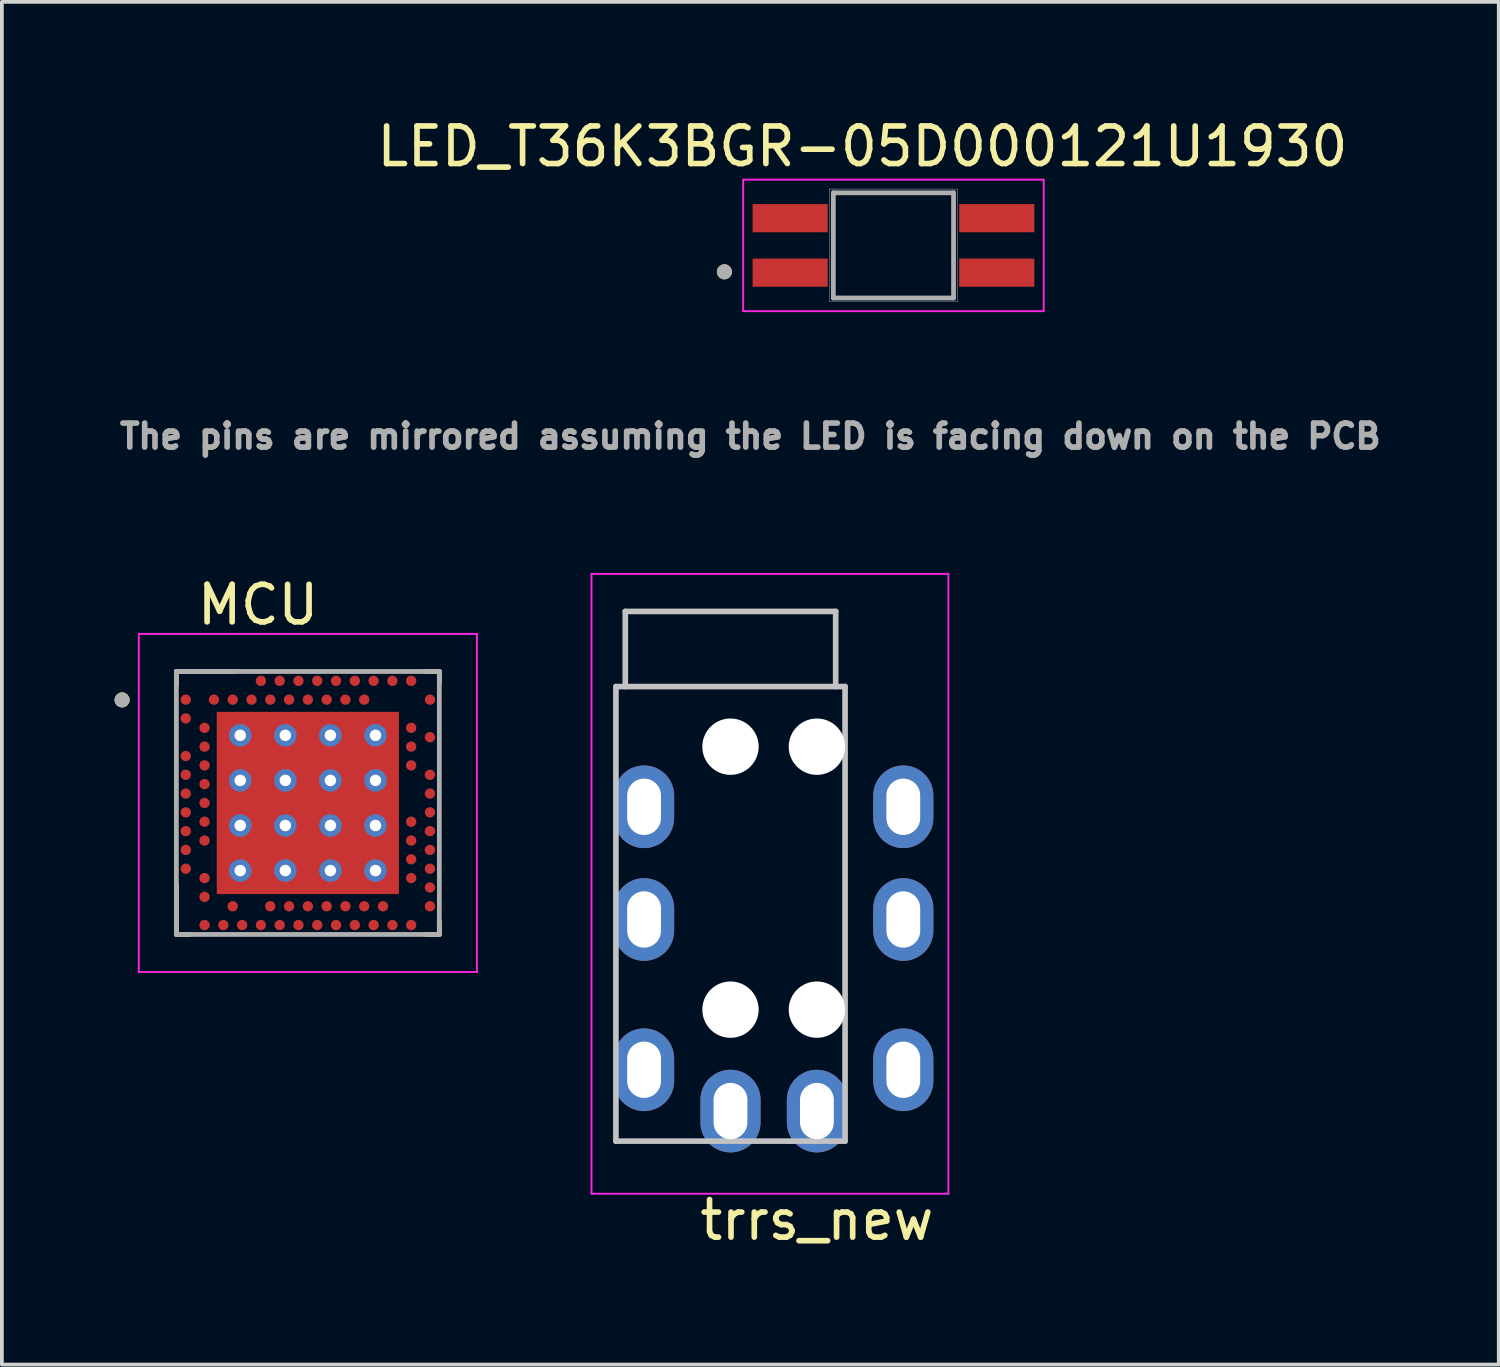
<source format=kicad_pcb>
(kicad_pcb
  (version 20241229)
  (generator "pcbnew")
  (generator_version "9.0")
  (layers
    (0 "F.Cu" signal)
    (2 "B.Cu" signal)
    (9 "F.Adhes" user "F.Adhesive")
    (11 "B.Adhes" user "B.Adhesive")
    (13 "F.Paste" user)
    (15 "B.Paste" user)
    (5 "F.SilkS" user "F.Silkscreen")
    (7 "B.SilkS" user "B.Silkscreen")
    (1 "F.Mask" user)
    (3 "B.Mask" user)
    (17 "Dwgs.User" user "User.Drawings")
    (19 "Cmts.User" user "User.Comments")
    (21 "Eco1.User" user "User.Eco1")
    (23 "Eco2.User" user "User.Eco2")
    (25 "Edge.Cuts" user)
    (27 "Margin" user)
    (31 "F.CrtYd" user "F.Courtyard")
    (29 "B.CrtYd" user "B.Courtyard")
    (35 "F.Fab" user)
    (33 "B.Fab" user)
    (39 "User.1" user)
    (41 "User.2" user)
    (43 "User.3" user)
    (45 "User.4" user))
  (footprint "trrs_new"
    (layer "F.Cu")
    (at 18.695 15.226)
    (property "Reference" "trrs_new" (at 0 14.2 0) (layer "F.SilkS") (effects (font (size 1 1) (thickness 0.15))))
    (attr through_hole)
    (fp_line (start -5.35 0) (end -5.35 12.1) (stroke (width 0.15) (type solid)) (layer "Dwgs.User"))
    (fp_line (start -5.1 0) (end -5.1 -2) (stroke (width 0.15) (type solid)) (layer "Dwgs.User"))
    (fp_line (start 0.5 -2) (end -5.1 -2) (stroke (width 0.15) (type solid)) (layer "Dwgs.User"))
    (fp_line (start 0.5 0) (end 0.5 -2) (stroke (width 0.15) (type solid)) (layer "Dwgs.User"))
    (fp_line (start 0.75 0) (end -5.35 0) (stroke (width 0.15) (type solid)) (layer "Dwgs.User"))
    (fp_line (start 0.75 0) (end 0.75 12.1) (stroke (width 0.15) (type solid)) (layer "Dwgs.User"))
    (fp_line (start 0.75 12.1) (end -5.35 12.1) (stroke (width 0.15) (type solid)) (layer "Dwgs.User"))
    (fp_line (start -6 -3) (end 3.5 -3) (stroke (width 0.05) (type solid)) (layer "F.CrtYd"))
    (fp_line (start -6 13.5) (end -6 -3) (stroke (width 0.05) (type solid)) (layer "F.CrtYd"))
    (fp_line (start 3.5 -3) (end 3.5 13.5) (stroke (width 0.05) (type solid)) (layer "F.CrtYd"))
    (fp_line (start 3.5 13.5) (end -6 13.5) (stroke (width 0.05) (type solid)) (layer "F.CrtYd"))
    (pad "" np_thru_hole circle (at -2.3 1.6) (size 1.5 1.5) (drill 1.5) (layers "*.Cu" "*.Mask"))
    (pad "" np_thru_hole circle (at -2.3 8.6) (size 1.5 1.5) (drill 1.5) (layers "*.Cu" "*.Mask"))
    (pad "" np_thru_hole circle (at 0 1.6) (size 1.5 1.5) (drill 1.5) (layers "*.Cu" "*.Mask"))
    (pad "" np_thru_hole circle (at 0 8.6) (size 1.5 1.5) (drill 1.5) (layers "*.Cu" "*.Mask"))
    (pad "1" thru_hole oval (at -2.3 11.3) (size 1.6 2.2) (drill oval 0.9 1.5) (layers "*.Cu" "*.Mask"))
    (pad "1" thru_hole oval (at 0 11.3) (size 1.6 2.2) (drill oval 0.9 1.5) (layers "*.Cu" "*.Mask"))
    (pad "2" thru_hole oval (at -4.6 10.2) (size 1.6 2.2) (drill oval 0.9 1.5) (layers "*.Cu" "*.Mask"))
    (pad "2" thru_hole oval (at 2.3 10.2) (size 1.6 2.2) (drill oval 0.9 1.5) (layers "*.Cu" "*.Mask"))
    (pad "3" thru_hole oval (at -4.6 6.2) (size 1.6 2.2) (drill oval 0.9 1.5) (layers "*.Cu" "*.Mask"))
    (pad "3" thru_hole oval (at 2.3 6.2) (size 1.6 2.2) (drill oval 0.9 1.5) (layers "*.Cu" "*.Mask"))
    (pad "4" thru_hole oval (at -4.6 3.2) (size 1.6 2.2) (drill oval 0.9 1.5) (layers "*.Cu" "*.Mask"))
    (pad "4" thru_hole oval (at 2.3 3.2) (size 1.6 2.2) (drill oval 0.9 1.5) (layers "*.Cu" "*.Mask")))
  (footprint "MCU"
    (layer "F.Cu")
    (at 5.145 18.324)
    (property "Reference" "MCU" (at -1.325 -5.275 0) (layer "F.SilkS") (effects (font (size 1 1) (thickness 0.15))))
    (attr smd)
    (fp_line (start -3.5 -3.5) (end -1.95 -3.5) (stroke (width 0.127) (type solid)) (layer "F.SilkS"))
    (fp_line (start -3.5 -3.15) (end -3.5 -3.5) (stroke (width 0.127) (type solid)) (layer "F.SilkS"))
    (fp_line (start -3.5 3.5) (end -3.5 2.15) (stroke (width 0.127) (type solid)) (layer "F.SilkS"))
    (fp_line (start -3.15 3.5) (end -3.5 3.5) (stroke (width 0.127) (type solid)) (layer "F.SilkS"))
    (fp_line (start 3.15 -3.5) (end 3.5 -3.5) (stroke (width 0.127) (type solid)) (layer "F.SilkS"))
    (fp_line (start 3.5 -3.5) (end 3.5 -3.2) (stroke (width 0.127) (type solid)) (layer "F.SilkS"))
    (fp_line (start 3.5 3.15) (end 3.5 3.5) (stroke (width 0.127) (type solid)) (layer "F.SilkS"))
    (fp_line (start 3.5 3.5) (end 3.15 3.5) (stroke (width 0.127) (type solid)) (layer "F.SilkS"))
    (fp_circle (center -4.945 -2.743) (end -4.845 -2.743) (stroke (width 0.2) (type solid)) (fill no) (layer "F.SilkS"))
    (fp_poly (pts (xy -2.075 -2.075) (xy -0.355 -2.075) (xy -0.355 -0.355) (xy -2.075 -0.355)) (stroke (width 0.01) (type solid)) (fill yes) (layer "F.Paste"))
    (fp_poly (pts (xy -2.075 0.355) (xy -0.355 0.355) (xy -0.355 2.075) (xy -2.075 2.075)) (stroke (width 0.01) (type solid)) (fill yes) (layer "F.Paste"))
    (fp_poly (pts (xy 0.355 -2.075) (xy 2.075 -2.075) (xy 2.075 -0.355) (xy 0.355 -0.355)) (stroke (width 0.01) (type solid)) (fill yes) (layer "F.Paste"))
    (fp_poly (pts (xy 0.355 0.355) (xy 2.075 0.355) (xy 2.075 2.075) (xy 0.355 2.075)) (stroke (width 0.01) (type solid)) (fill yes) (layer "F.Paste"))
    (fp_line (start -4.5 -4.5) (end -4.5 4.5) (stroke (width 0.05) (type solid)) (layer "F.CrtYd"))
    (fp_line (start -4.5 4.5) (end 4.5 4.5) (stroke (width 0.05) (type solid)) (layer "F.CrtYd"))
    (fp_line (start 4.5 -4.5) (end -4.5 -4.5) (stroke (width 0.05) (type solid)) (layer "F.CrtYd"))
    (fp_line (start 4.5 4.5) (end 4.5 -4.5) (stroke (width 0.05) (type solid)) (layer "F.CrtYd"))
    (fp_line (start -3.5 -3.5) (end 3.5 -3.5) (stroke (width 0.127) (type solid)) (layer "F.Fab"))
    (fp_line (start -3.5 3.5) (end -3.5 -3.5) (stroke (width 0.127) (type solid)) (layer "F.Fab"))
    (fp_line (start 3.5 -3.5) (end 3.5 3.5) (stroke (width 0.127) (type solid)) (layer "F.Fab"))
    (fp_line (start 3.5 3.5) (end -3.5 3.5) (stroke (width 0.127) (type solid)) (layer "F.Fab"))
    (fp_circle (center -4.945 -2.743) (end -4.845 -2.743) (stroke (width 0.2) (type solid)) (fill no) (layer "F.Fab"))
    (pad "74" smd rect (at 0 0) (size 4.85 4.85) (layers "F.Cu" "F.Mask"))
    (pad "74_1" thru_hole circle (at -1.8 -1.8) (size 0.6 0.6) (drill 0.305) (layers "*.Cu"))
    (pad "74_2" thru_hole circle (at -0.6 -1.8) (size 0.6 0.6) (drill 0.305) (layers "*.Cu"))
    (pad "74_3" thru_hole circle (at 0.6 -1.8) (size 0.6 0.6) (drill 0.305) (layers "*.Cu"))
    (pad "74_4" thru_hole circle (at 1.8 -1.8) (size 0.6 0.6) (drill 0.305) (layers "*.Cu"))
    (pad "74_5" thru_hole circle (at -1.8 -0.6) (size 0.6 0.6) (drill 0.305) (layers "*.Cu"))
    (pad "74_6" thru_hole circle (at -0.6 -0.6) (size 0.6 0.6) (drill 0.305) (layers "*.Cu"))
    (pad "74_7" thru_hole circle (at 0.6 -0.6) (size 0.6 0.6) (drill 0.305) (layers "*.Cu"))
    (pad "74_8" thru_hole circle (at 1.8 -0.6) (size 0.6 0.6) (drill 0.305) (layers "*.Cu"))
    (pad "74_9" thru_hole circle (at -1.8 0.6) (size 0.6 0.6) (drill 0.305) (layers "*.Cu"))
    (pad "74_10" thru_hole circle (at -0.6 0.6) (size 0.6 0.6) (drill 0.305) (layers "*.Cu"))
    (pad "74_11" thru_hole circle (at 0.6 0.6) (size 0.6 0.6) (drill 0.305) (layers "*.Cu"))
    (pad "74_12" thru_hole circle (at 1.8 0.6) (size 0.6 0.6) (drill 0.305) (layers "*.Cu"))
    (pad "74_13" thru_hole circle (at -1.8 1.8) (size 0.6 0.6) (drill 0.305) (layers "*.Cu"))
    (pad "74_14" thru_hole circle (at -0.6 1.8) (size 0.6 0.6) (drill 0.305) (layers "*.Cu"))
    (pad "74_15" thru_hole circle (at 0.6 1.8) (size 0.6 0.6) (drill 0.305) (layers "*.Cu"))
    (pad "74_16" thru_hole circle (at 1.8 1.8) (size 0.6 0.6) (drill 0.305) (layers "*.Cu"))
    (pad "A8" smd circle (at -1.25 -3.25) (size 0.275 0.275) (layers "F.Cu" "F.Mask" "F.Paste"))
    (pad "A10" smd circle (at -0.75 -3.25) (size 0.275 0.275) (layers "F.Cu" "F.Mask" "F.Paste"))
    (pad "A12" smd circle (at -0.25 -3.25) (size 0.275 0.275) (layers "F.Cu" "F.Mask" "F.Paste"))
    (pad "A14" smd circle (at 0.25 -3.25) (size 0.275 0.275) (layers "F.Cu" "F.Mask" "F.Paste"))
    (pad "A16" smd circle (at 0.75 -3.25) (size 0.275 0.275) (layers "F.Cu" "F.Mask" "F.Paste"))
    (pad "A18" smd circle (at 1.25 -3.25) (size 0.275 0.275) (layers "F.Cu" "F.Mask" "F.Paste"))
    (pad "A20" smd circle (at 1.75 -3.25) (size 0.275 0.275) (layers "F.Cu" "F.Mask" "F.Paste"))
    (pad "A22" smd circle (at 2.25 -3.25) (size 0.275 0.275) (layers "F.Cu" "F.Mask" "F.Paste"))
    (pad "A23" smd circle (at 2.75 -3.25) (size 0.275 0.275) (layers "F.Cu" "F.Mask" "F.Paste"))
    (pad "AA24" smd circle (at 3.25 2.25) (size 0.275 0.275) (layers "F.Cu" "F.Mask" "F.Paste"))
    (pad "AB2" smd circle (at -2.75 2.5) (size 0.275 0.275) (layers "F.Cu" "F.Mask" "F.Paste"))
    (pad "AC5" smd circle (at -2 2.75) (size 0.275 0.275) (layers "F.Cu" "F.Mask" "F.Paste"))
    (pad "AC9" smd circle (at -1 2.75) (size 0.275 0.275) (layers "F.Cu" "F.Mask" "F.Paste"))
    (pad "AC11" smd circle (at -0.5 2.75) (size 0.275 0.275) (layers "F.Cu" "F.Mask" "F.Paste"))
    (pad "AC13" smd circle (at 0 2.75) (size 0.275 0.275) (layers "F.Cu" "F.Mask" "F.Paste"))
    (pad "AC15" smd circle (at 0.5 2.75) (size 0.275 0.275) (layers "F.Cu" "F.Mask" "F.Paste"))
    (pad "AC17" smd circle (at 1 2.75) (size 0.275 0.275) (layers "F.Cu" "F.Mask" "F.Paste"))
    (pad "AC19" smd circle (at 1.5 2.75) (size 0.275 0.275) (layers "F.Cu" "F.Mask" "F.Paste"))
    (pad "AC21" smd circle (at 2 2.75) (size 0.275 0.275) (layers "F.Cu" "F.Mask" "F.Paste"))
    (pad "AC24" smd circle (at 3.25 2.75) (size 0.275 0.275) (layers "F.Cu" "F.Mask" "F.Paste"))
    (pad "AD2" smd circle (at -2.75 3.25) (size 0.275 0.275) (layers "F.Cu" "F.Mask" "F.Paste"))
    (pad "AD4" smd circle (at -2.25 3.25) (size 0.275 0.275) (layers "F.Cu" "F.Mask" "F.Paste"))
    (pad "AD6" smd circle (at -1.75 3.25) (size 0.275 0.275) (layers "F.Cu" "F.Mask" "F.Paste"))
    (pad "AD8" smd circle (at -1.25 3.25) (size 0.275 0.275) (layers "F.Cu" "F.Mask" "F.Paste"))
    (pad "AD10" smd circle (at -0.75 3.25) (size 0.275 0.275) (layers "F.Cu" "F.Mask" "F.Paste"))
    (pad "AD12" smd circle (at -0.25 3.25) (size 0.275 0.275) (layers "F.Cu" "F.Mask" "F.Paste"))
    (pad "AD14" smd circle (at 0.25 3.25) (size 0.275 0.275) (layers "F.Cu" "F.Mask" "F.Paste"))
    (pad "AD16" smd circle (at 0.75 3.25) (size 0.275 0.275) (layers "F.Cu" "F.Mask" "F.Paste"))
    (pad "AD18" smd circle (at 1.25 3.25) (size 0.275 0.275) (layers "F.Cu" "F.Mask" "F.Paste"))
    (pad "AD20" smd circle (at 1.75 3.25) (size 0.275 0.275) (layers "F.Cu" "F.Mask" "F.Paste"))
    (pad "AD22" smd circle (at 2.25 3.25) (size 0.275 0.275) (layers "F.Cu" "F.Mask" "F.Paste"))
    (pad "AD23" smd circle (at 2.75 3.25) (size 0.275 0.275) (layers "F.Cu" "F.Mask" "F.Paste"))
    (pad "B1" smd circle (at -3.25 -2.75) (size 0.275 0.275) (layers "F.Cu" "F.Mask" "F.Paste"))
    (pad "B3" smd circle (at -2.5 -2.75) (size 0.275 0.275) (layers "F.Cu" "F.Mask" "F.Paste"))
    (pad "B5" smd circle (at -2 -2.75) (size 0.275 0.275) (layers "F.Cu" "F.Mask" "F.Paste"))
    (pad "B7" smd circle (at -1.5 -2.75) (size 0.275 0.275) (layers "F.Cu" "F.Mask" "F.Paste"))
    (pad "B9" smd circle (at -1 -2.75) (size 0.275 0.275) (layers "F.Cu" "F.Mask" "F.Paste"))
    (pad "B11" smd circle (at -0.5 -2.75) (size 0.275 0.275) (layers "F.Cu" "F.Mask" "F.Paste"))
    (pad "B13" smd circle (at 0 -2.75) (size 0.275 0.275) (layers "F.Cu" "F.Mask" "F.Paste"))
    (pad "B15" smd circle (at 0.5 -2.75) (size 0.275 0.275) (layers "F.Cu" "F.Mask" "F.Paste"))
    (pad "B17" smd circle (at 1 -2.75) (size 0.275 0.275) (layers "F.Cu" "F.Mask" "F.Paste"))
    (pad "B19" smd circle (at 1.5 -2.75) (size 0.275 0.275) (layers "F.Cu" "F.Mask" "F.Paste"))
    (pad "B24" smd circle (at 3.25 -2.75) (size 0.275 0.275) (layers "F.Cu" "F.Mask" "F.Paste"))
    (pad "C1" smd circle (at -3.25 -2.25) (size 0.275 0.275) (layers "F.Cu" "F.Mask" "F.Paste"))
    (pad "D2" smd circle (at -2.75 -2) (size 0.275 0.275) (layers "F.Cu" "F.Mask" "F.Paste"))
    (pad "D23" smd circle (at 2.75 -2) (size 0.275 0.275) (layers "F.Cu" "F.Mask" "F.Paste"))
    (pad "E24" smd circle (at 3.25 -1.75) (size 0.275 0.275) (layers "F.Cu" "F.Mask" "F.Paste"))
    (pad "F2" smd circle (at -2.75 -1.5) (size 0.275 0.275) (layers "F.Cu" "F.Mask" "F.Paste"))
    (pad "F23" smd circle (at 2.75 -1.5) (size 0.275 0.275) (layers "F.Cu" "F.Mask" "F.Paste"))
    (pad "G1" smd circle (at -3.25 -1.25) (size 0.275 0.275) (layers "F.Cu" "F.Mask" "F.Paste"))
    (pad "H2" smd circle (at -2.75 -1) (size 0.275 0.275) (layers "F.Cu" "F.Mask" "F.Paste"))
    (pad "H23" smd circle (at 2.75 -1) (size 0.275 0.275) (layers "F.Cu" "F.Mask" "F.Paste"))
    (pad "J1" smd circle (at -3.25 -0.75) (size 0.275 0.275) (layers "F.Cu" "F.Mask" "F.Paste"))
    (pad "J24" smd circle (at 3.25 -0.75) (size 0.275 0.275) (layers "F.Cu" "F.Mask" "F.Paste"))
    (pad "K2" smd circle (at -2.75 -0.5) (size 0.275 0.275) (layers "F.Cu" "F.Mask" "F.Paste"))
    (pad "L1" smd circle (at -3.25 -0.25) (size 0.275 0.275) (layers "F.Cu" "F.Mask" "F.Paste"))
    (pad "L24" smd circle (at 3.25 -0.25) (size 0.275 0.275) (layers "F.Cu" "F.Mask" "F.Paste"))
    (pad "M2" smd circle (at -2.75 0) (size 0.275 0.275) (layers "F.Cu" "F.Mask" "F.Paste"))
    (pad "N1" smd circle (at -3.25 0.25) (size 0.275 0.275) (layers "F.Cu" "F.Mask" "F.Paste"))
    (pad "N24" smd circle (at 3.25 0.25) (size 0.275 0.275) (layers "F.Cu" "F.Mask" "F.Paste"))
    (pad "P2" smd circle (at -2.75 0.5) (size 0.275 0.275) (layers "F.Cu" "F.Mask" "F.Paste"))
    (pad "P23" smd circle (at 2.75 0.5) (size 0.275 0.275) (layers "F.Cu" "F.Mask" "F.Paste"))
    (pad "R1" smd circle (at -3.25 0.75) (size 0.275 0.275) (layers "F.Cu" "F.Mask" "F.Paste"))
    (pad "R24" smd circle (at 3.25 0.75) (size 0.275 0.275) (layers "F.Cu" "F.Mask" "F.Paste"))
    (pad "T2" smd circle (at -2.75 1) (size 0.275 0.275) (layers "F.Cu" "F.Mask" "F.Paste"))
    (pad "T23" smd circle (at 2.75 1) (size 0.275 0.275) (layers "F.Cu" "F.Mask" "F.Paste"))
    (pad "U1" smd circle (at -3.25 1.25) (size 0.275 0.275) (layers "F.Cu" "F.Mask" "F.Paste"))
    (pad "U24" smd circle (at 3.25 1.25) (size 0.275 0.275) (layers "F.Cu" "F.Mask" "F.Paste"))
    (pad "V23" smd circle (at 2.75 1.5) (size 0.275 0.275) (layers "F.Cu" "F.Mask" "F.Paste"))
    (pad "W1" smd circle (at -3.25 1.75) (size 0.275 0.275) (layers "F.Cu" "F.Mask" "F.Paste"))
    (pad "W24" smd circle (at 3.25 1.75) (size 0.275 0.275) (layers "F.Cu" "F.Mask" "F.Paste"))
    (pad "Y2" smd circle (at -2.75 2) (size 0.275 0.275) (layers "F.Cu" "F.Mask" "F.Paste"))
    (pad "Y23" smd circle (at 2.75 2) (size 0.275 0.275) (layers "F.Cu" "F.Mask" "F.Paste")))
  (footprint "LED_T36K3BGR-05D000121U1930"
    (layer "F.Cu")
    (at 20.733 3.483)
    (property "Reference" "LED_T36K3BGR-05D000121U1930" (at -0.825 -2.635 0) (layer "F.SilkS") (effects (font (size 1 1) (thickness 0.15))))
    (attr smd)
    (fp_circle (center -4.5 0.703) (end -4.4 0.703) (stroke (width 0.2) (type solid)) (fill no) (layer "F.SilkS"))
    (fp_line (start -1.7 -1.5) (end -1.7 1.5) (stroke (width 0.01) (type solid)) (layer "Edge.Cuts"))
    (fp_line (start -1.7 1.5) (end 1.7 1.5) (stroke (width 0.01) (type solid)) (layer "Edge.Cuts"))
    (fp_line (start 1.7 -1.5) (end -1.7 -1.5) (stroke (width 0.01) (type solid)) (layer "Edge.Cuts"))
    (fp_line (start 1.7 1.5) (end 1.7 -1.5) (stroke (width 0.01) (type solid)) (layer "Edge.Cuts"))
    (fp_line (start -4 -1.75) (end 4 -1.75) (stroke (width 0.05) (type solid)) (layer "F.CrtYd"))
    (fp_line (start -4 1.75) (end -4 -1.75) (stroke (width 0.05) (type solid)) (layer "F.CrtYd"))
    (fp_line (start 4 -1.75) (end 4 1.75) (stroke (width 0.05) (type solid)) (layer "F.CrtYd"))
    (fp_line (start 4 1.75) (end -4 1.75) (stroke (width 0.05) (type solid)) (layer "F.CrtYd"))
    (fp_line (start -1.6 -1.4) (end 1.6 -1.4) (stroke (width 0.127) (type solid)) (layer "F.Fab"))
    (fp_line (start -1.6 1.4) (end -1.6 -1.4) (stroke (width 0.127) (type solid)) (layer "F.Fab"))
    (fp_line (start 1.6 -1.4) (end 1.6 1.4) (stroke (width 0.127) (type solid)) (layer "F.Fab"))
    (fp_line (start 1.6 1.4) (end -1.6 1.4) (stroke (width 0.127) (type solid)) (layer "F.Fab"))
    (fp_circle (center -4.5 0.703) (end -4.4 0.703) (stroke (width 0.2) (type solid)) (fill no) (layer "F.Fab"))
    (fp_text user "The pins are mirrored assuming the LED is facing down on the PCB" (at -3.81 5.08 0) (layer "F.Fab") (effects (font (size 0.64 0.64) (thickness 0.15))))
    (pad "1" smd rect (at -2.75 0.725) (size 2 0.75) (layers "F.Cu" "F.Mask" "F.Paste"))
    (pad "2" smd rect (at 2.75 0.725) (size 2 0.75) (layers "F.Cu" "F.Mask" "F.Paste"))
    (pad "3" smd rect (at 2.75 -0.725) (size 2 0.75) (layers "F.Cu" "F.Mask" "F.Paste"))
    (pad "4" smd rect (at -2.75 -0.725) (size 2 0.75) (layers "F.Cu" "F.Mask" "F.Paste")))
  (gr_rect
    (start -3 -3)
    (end 36.846 33.274)
    (stroke (width 0.1) (type default))
    (fill no)
    (layer "Edge.Cuts")))
</source>
